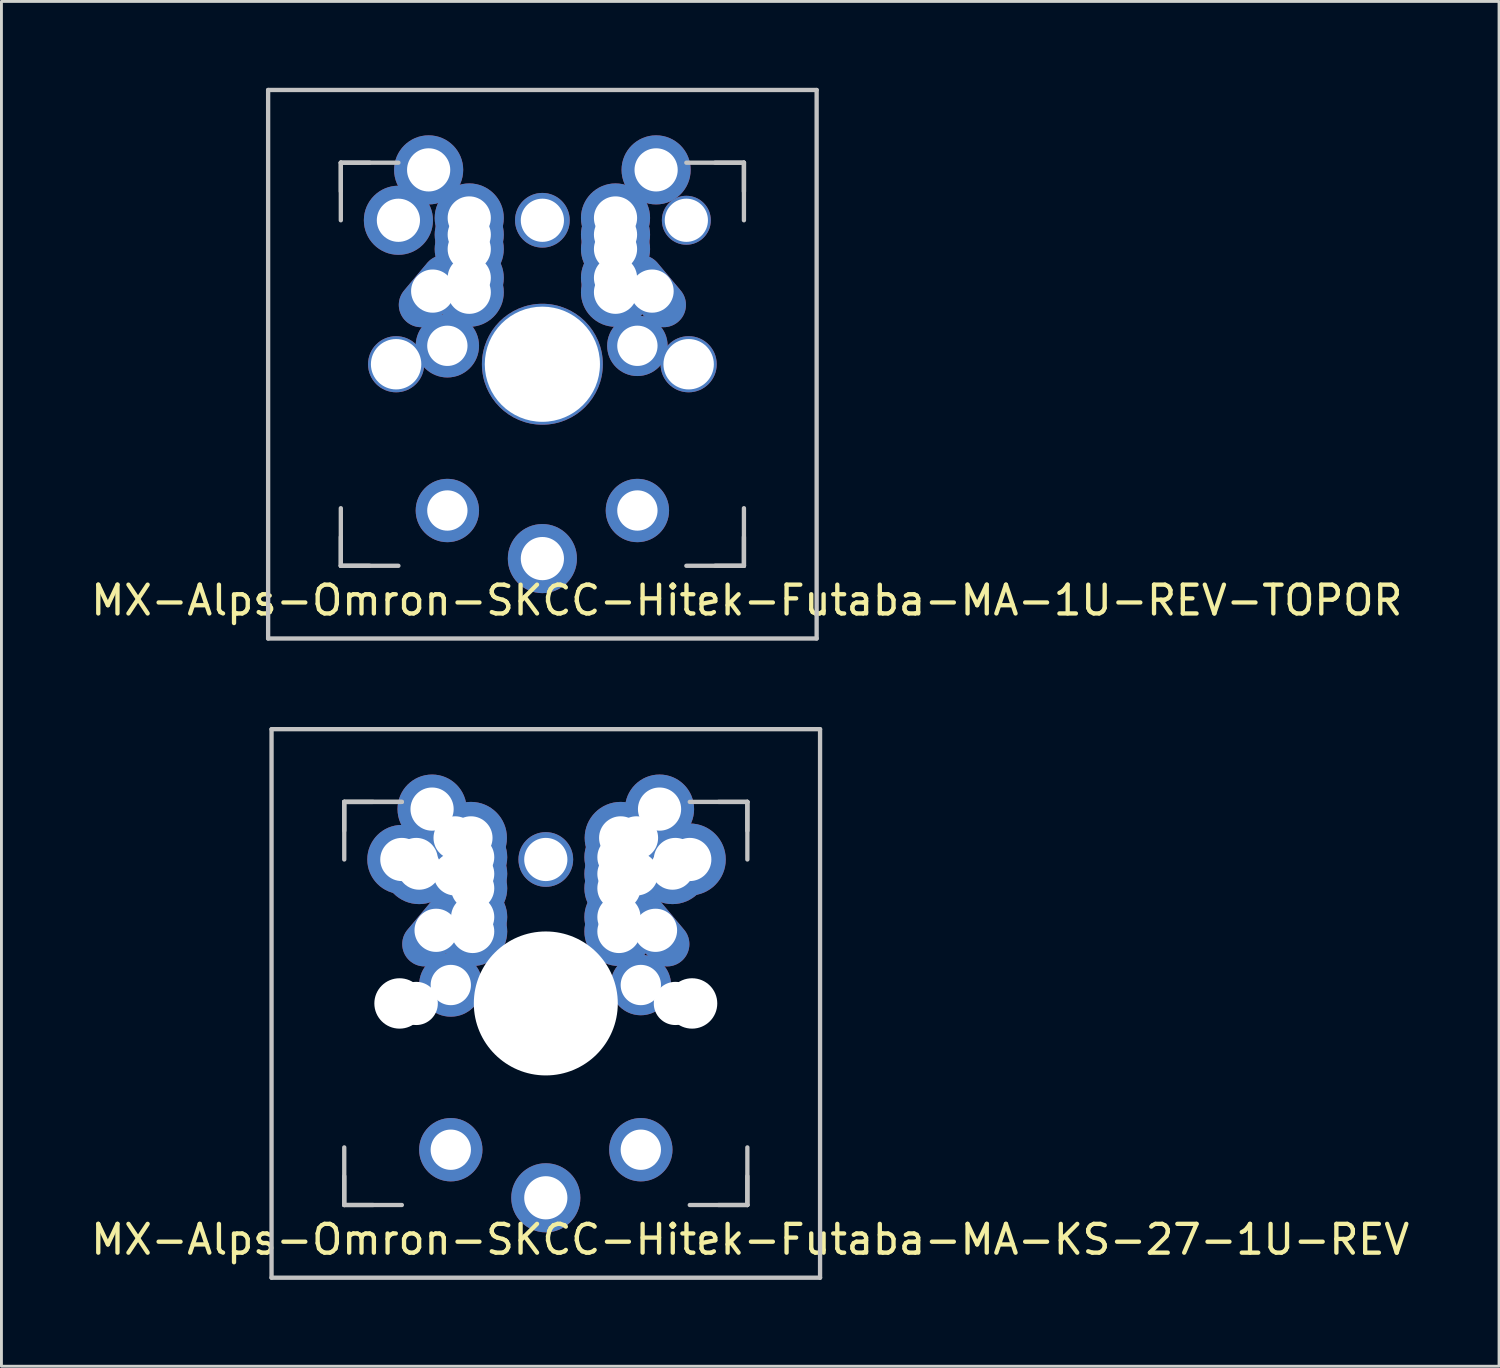
<source format=kicad_pcb>
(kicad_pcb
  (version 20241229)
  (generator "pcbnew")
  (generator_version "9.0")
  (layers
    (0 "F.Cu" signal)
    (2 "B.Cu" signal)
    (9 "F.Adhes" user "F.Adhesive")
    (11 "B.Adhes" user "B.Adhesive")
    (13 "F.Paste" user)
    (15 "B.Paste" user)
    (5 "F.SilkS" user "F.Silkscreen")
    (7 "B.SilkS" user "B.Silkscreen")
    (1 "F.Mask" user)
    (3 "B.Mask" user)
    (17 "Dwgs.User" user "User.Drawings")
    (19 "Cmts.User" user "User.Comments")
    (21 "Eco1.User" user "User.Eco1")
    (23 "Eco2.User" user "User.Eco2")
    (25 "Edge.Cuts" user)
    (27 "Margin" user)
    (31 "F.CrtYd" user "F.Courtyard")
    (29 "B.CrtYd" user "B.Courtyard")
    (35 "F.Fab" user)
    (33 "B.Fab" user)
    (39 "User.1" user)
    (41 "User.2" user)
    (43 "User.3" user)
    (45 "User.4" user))
  (footprint "MX-Alps-Omron-SKCC-Hitek-Futaba-MA-KS-27-1U-REV"
    (layer "F.Cu")
    (at 15.906 31.8)
    (property "Reference" "MX-Alps-Omron-SKCC-Hitek-Futaba-MA-KS-27-1U-REV" (at 7.1 8.2 0) (layer "F.SilkS") (effects (font (size 1 1) (thickness 0.15))))
    (attr through_hole)
    (fp_line (start -9.525 -9.525) (end 9.525 -9.525) (stroke (width 0.15) (type solid)) (layer "Dwgs.User"))
    (fp_line (start -9.525 9.525) (end -9.525 -9.525) (stroke (width 0.15) (type solid)) (layer "Dwgs.User"))
    (fp_line (start -7 -7) (end -7 -5) (stroke (width 0.15) (type solid)) (layer "Dwgs.User"))
    (fp_line (start -7 -7) (end -6 -7) (stroke (width 0.15) (type solid)) (layer "Dwgs.User"))
    (fp_line (start -7 -6) (end -7 -7) (stroke (width 0.15) (type solid)) (layer "Dwgs.User"))
    (fp_line (start -7 6) (end -7 7) (stroke (width 0.15) (type solid)) (layer "Dwgs.User"))
    (fp_line (start -7 7) (end -7 5) (stroke (width 0.15) (type solid)) (layer "Dwgs.User"))
    (fp_line (start -7 7) (end -6 7) (stroke (width 0.15) (type solid)) (layer "Dwgs.User"))
    (fp_line (start -5 -7) (end -7 -7) (stroke (width 0.15) (type solid)) (layer "Dwgs.User"))
    (fp_line (start -5 -7) (end -7 -7) (stroke (width 0.15) (type solid)) (layer "Dwgs.User"))
    (fp_line (start -5 7) (end -7 7) (stroke (width 0.15) (type solid)) (layer "Dwgs.User"))
    (fp_line (start 5 7) (end 7 7) (stroke (width 0.15) (type solid)) (layer "Dwgs.User"))
    (fp_line (start 6 7) (end 7 7) (stroke (width 0.15) (type solid)) (layer "Dwgs.User"))
    (fp_line (start 7 -7) (end 5 -7) (stroke (width 0.15) (type solid)) (layer "Dwgs.User"))
    (fp_line (start 7 -7) (end 6 -7) (stroke (width 0.15) (type solid)) (layer "Dwgs.User"))
    (fp_line (start 7 -7) (end 7 -6) (stroke (width 0.15) (type solid)) (layer "Dwgs.User"))
    (fp_line (start 7 -5) (end 7 -7) (stroke (width 0.15) (type solid)) (layer "Dwgs.User"))
    (fp_line (start 7 7) (end 7 5) (stroke (width 0.15) (type solid)) (layer "Dwgs.User"))
    (fp_line (start 7 7) (end 7 6) (stroke (width 0.15) (type solid)) (layer "Dwgs.User"))
    (fp_line (start 9.525 -9.525) (end 9.525 9.525) (stroke (width 0.15) (type solid)) (layer "Dwgs.User"))
    (fp_line (start 9.525 9.525) (end -9.525 9.525) (stroke (width 0.15) (type solid)) (layer "Dwgs.User"))
    (pad "" np_thru_hole circle (at -5.08 0 48.1) (size 1.75 1.75) (drill 1.75) (layers "*.Cu" "*.Mask"))
    (pad "" np_thru_hole circle (at -4.5 0) (size 1.5 1.5) (drill 1.5) (layers "*.Cu" "*.Mask"))
    (pad "" np_thru_hole circle (at 0 0 180) (size 5 5) (drill 5) (layers "*.Cu" "*.Mask"))
    (pad "" thru_hole circle (at 0 6.75) (size 2.4 2.4) (drill 1.5) (layers "*.Cu" "*.Mask"))
    (pad "" np_thru_hole circle (at 4.5 0) (size 1.5 1.5) (drill 1.5) (layers "*.Cu" "*.Mask"))
    (pad "" np_thru_hole circle (at 5.08 0 180) (size 1.75 1.75) (drill 1.75) (layers "*.Cu" "*.Mask"))
    (pad "1" thru_hole circle (at -5 -5 180) (size 2.4 2.4) (drill 1.5) (layers "*.Cu" "*.Mask"))
    (pad "1" thru_hole circle (at -4.5 -5 180) (size 2.5 2.5) (drill 1.5) (layers "*.Cu" "*.Mask"))
    (pad "1" thru_hole circle (at -4.4 -4.7 180) (size 2.5 2.5) (drill 1.5) (layers "*.Cu" "*.Mask"))
    (pad "1" thru_hole circle (at -3.95 -6.75) (size 2.4 2.4) (drill 1.5) (layers "*.Cu" "*.Mask"))
    (pad "1" thru_hole oval (at -3.81 -2.54 50) (size 2.8 1.55) (drill 1.5) (layers "*.Cu" "*.Mask"))
    (pad "1" thru_hole circle (at -3.3 -0.64) (size 2.2 2.2) (drill 1.4) (layers "*.Cu" "*.Mask"))
    (pad "1" thru_hole circle (at -3.3 5.08) (size 2.2 2.2) (drill 1.4) (layers "*.Cu" "*.Mask"))
    (pad "1" thru_hole circle (at -3.15 -5.75) (size 2.5 2.5) (drill 1.5) (layers "*.Cu" "*.Mask"))
    (pad "1" thru_hole circle (at -3.15 -4.5) (size 2.5 2.5) (drill 1.5) (layers "*.Cu" "*.Mask"))
    (pad "1" thru_hole circle (at -2.6 -5.75 180) (size 2.5 2.5) (drill 1.5) (layers "*.Cu" "*.Mask"))
    (pad "1" thru_hole circle (at -2.54 -5.08) (size 2.4 2.4) (drill 1.5) (layers "*.Cu" "*.Mask"))
    (pad "1" thru_hole circle (at -2.54 -4.5) (size 2.4 2.4) (drill 1.5) (layers "*.Cu" "*.Mask"))
    (pad "1" thru_hole circle (at -2.54 -4) (size 2.4 2.4) (drill 1.5) (layers "*.Cu" "*.Mask"))
    (pad "1" thru_hole circle (at -2.54 -3) (size 2.4 2.4) (drill 1.5) (layers "*.Cu" "*.Mask"))
    (pad "1" thru_hole circle (at -2.54 -2.5) (size 2.4 2.4) (drill 1.5) (layers "*.Cu" "*.Mask"))
    (pad "2" thru_hole circle (at 0 -5 180) (size 1.9 1.9) (drill 1.5) (layers "*.Cu" "*.Mask"))
    (pad "2" thru_hole circle (at 2.54 -5.08) (size 2.4 2.4) (drill 1.5) (layers "*.Cu" "*.Mask"))
    (pad "2" thru_hole circle (at 2.54 -4.5) (size 2.4 2.4) (drill 1.5) (layers "*.Cu" "*.Mask"))
    (pad "2" thru_hole circle (at 2.54 -4) (size 2.4 2.4) (drill 1.5) (layers "*.Cu" "*.Mask"))
    (pad "2" thru_hole circle (at 2.54 -3) (size 2.4 2.4) (drill 1.5) (layers "*.Cu" "*.Mask"))
    (pad "2" thru_hole circle (at 2.54 -2.5) (size 2.4 2.4) (drill 1.5) (layers "*.Cu" "*.Mask"))
    (pad "2" thru_hole circle (at 2.6 -5.75 180) (size 2.5 2.5) (drill 1.5) (layers "*.Cu" "*.Mask"))
    (pad "2" thru_hole circle (at 3.15 -5.75) (size 2.5 2.5) (drill 1.5) (layers "*.Cu" "*.Mask"))
    (pad "2" thru_hole circle (at 3.15 -4.5) (size 2.5 2.5) (drill 1.5) (layers "*.Cu" "*.Mask"))
    (pad "2" thru_hole circle (at 3.3 -0.64) (size 2.1 2.1) (drill 1.4) (layers "*.Cu" "*.Mask"))
    (pad "2" thru_hole circle (at 3.3 5.08) (size 2.2 2.2) (drill 1.4) (layers "*.Cu" "*.Mask"))
    (pad "2" thru_hole oval (at 3.81 -2.54 310) (size 2.8 1.55) (drill 1.5) (layers "*.Cu" "*.Mask"))
    (pad "2" thru_hole circle (at 3.95 -6.75) (size 2.4 2.4) (drill 1.5) (layers "*.Cu" "*.Mask"))
    (pad "2" thru_hole circle (at 4.4 -4.7 180) (size 2.5 2.5) (drill 1.5) (layers "*.Cu" "*.Mask"))
    (pad "2" thru_hole circle (at 4.5 -5 180) (size 2.5 2.5) (drill 1.5) (layers "*.Cu" "*.Mask"))
    (pad "2" thru_hole circle (at 5 -5 180) (size 2.5 2.5) (drill 1.5) (layers "*.Cu" "*.Mask")))
  (footprint "MX-Alps-Omron-SKCC-Hitek-Futaba-MA-1U-REV-TOPOR"
    (layer "F.Cu")
    (at 15.787 9.6)
    (property "Reference" "MX-Alps-Omron-SKCC-Hitek-Futaba-MA-1U-REV-TOPOR" (at 7.1 8.2 0) (layer "F.SilkS") (effects (font (size 1 1) (thickness 0.15))))
    (attr through_hole)
    (fp_line (start -9.525 -9.525) (end 9.525 -9.525) (stroke (width 0.15) (type solid)) (layer "Dwgs.User"))
    (fp_line (start -9.525 9.525) (end -9.525 -9.525) (stroke (width 0.15) (type solid)) (layer "Dwgs.User"))
    (fp_line (start -7 -7) (end -7 -5) (stroke (width 0.15) (type solid)) (layer "Dwgs.User"))
    (fp_line (start -7 -7) (end -6 -7) (stroke (width 0.15) (type solid)) (layer "Dwgs.User"))
    (fp_line (start -7 -6) (end -7 -7) (stroke (width 0.15) (type solid)) (layer "Dwgs.User"))
    (fp_line (start -7 6) (end -7 7) (stroke (width 0.15) (type solid)) (layer "Dwgs.User"))
    (fp_line (start -7 7) (end -7 5) (stroke (width 0.15) (type solid)) (layer "Dwgs.User"))
    (fp_line (start -7 7) (end -6 7) (stroke (width 0.15) (type solid)) (layer "Dwgs.User"))
    (fp_line (start -5 -7) (end -7 -7) (stroke (width 0.15) (type solid)) (layer "Dwgs.User"))
    (fp_line (start -5 7) (end -7 7) (stroke (width 0.15) (type solid)) (layer "Dwgs.User"))
    (fp_line (start 5 7) (end 7 7) (stroke (width 0.15) (type solid)) (layer "Dwgs.User"))
    (fp_line (start 6 7) (end 7 7) (stroke (width 0.15) (type solid)) (layer "Dwgs.User"))
    (fp_line (start 7 -7) (end 5 -7) (stroke (width 0.15) (type solid)) (layer "Dwgs.User"))
    (fp_line (start 7 -7) (end 6 -7) (stroke (width 0.15) (type solid)) (layer "Dwgs.User"))
    (fp_line (start 7 -7) (end 7 -6) (stroke (width 0.15) (type solid)) (layer "Dwgs.User"))
    (fp_line (start 7 -5) (end 7 -7) (stroke (width 0.15) (type solid)) (layer "Dwgs.User"))
    (fp_line (start 7 7) (end 7 5) (stroke (width 0.15) (type solid)) (layer "Dwgs.User"))
    (fp_line (start 7 7) (end 7 6) (stroke (width 0.15) (type solid)) (layer "Dwgs.User"))
    (fp_line (start 9.525 -9.525) (end 9.525 9.525) (stroke (width 0.15) (type solid)) (layer "Dwgs.User"))
    (fp_line (start 9.525 9.525) (end -9.525 9.525) (stroke (width 0.15) (type solid)) (layer "Dwgs.User"))
    (pad "" np_thru_hole circle (at -5.08 0 48.099) (size 1.95 1.95) (drill 1.75) (layers "*.Cu" "*.Mask"))
    (pad "" np_thru_hole circle (at 0 0) (size 4.2 4.2) (drill 4) (layers "*.Cu" "*.Mask"))
    (pad "" thru_hole circle (at 0 6.75) (size 2.4 2.4) (drill 1.5) (layers "*.Cu" "*.Mask"))
    (pad "" np_thru_hole circle (at 5 -5 180) (size 1.7 1.7) (drill 1.5) (layers "*.Cu" "*.Mask"))
    (pad "" np_thru_hole circle (at 5.08 0 180) (size 1.95 1.95) (drill 1.75) (layers "*.Cu" "*.Mask"))
    (pad "1" thru_hole circle (at -5 -5 180) (size 2.4 2.4) (drill 1.5) (layers "*.Cu" "*.Mask"))
    (pad "1" thru_hole circle (at -3.95 -6.75) (size 2.4 2.4) (drill 1.5) (layers "*.Cu" "*.Mask"))
    (pad "1" thru_hole oval (at -3.81 -2.54 50) (size 2.8 1.55) (drill 1.5) (layers "*.Cu" "*.Mask"))
    (pad "1" thru_hole circle (at -3.3 -0.64) (size 2.2 2.2) (drill 1.4) (layers "*.Cu" "*.Mask"))
    (pad "1" thru_hole circle (at -3.3 5.08) (size 2.2 2.2) (drill 1.4) (layers "*.Cu" "*.Mask"))
    (pad "1" thru_hole circle (at -2.54 -5.08) (size 2.4 2.4) (drill 1.5) (layers "*.Cu" "*.Mask"))
    (pad "1" thru_hole circle (at -2.54 -4.5) (size 2.4 2.4) (drill 1.5) (layers "*.Cu" "*.Mask"))
    (pad "1" thru_hole circle (at -2.54 -4) (size 2.4 2.4) (drill 1.5) (layers "*.Cu" "*.Mask"))
    (pad "1" thru_hole circle (at -2.54 -3) (size 2.4 2.4) (drill 1.5) (layers "*.Cu" "*.Mask"))
    (pad "1" thru_hole circle (at -2.54 -2.5) (size 2.4 2.4) (drill 1.5) (layers "*.Cu" "*.Mask"))
    (pad "2" thru_hole circle (at 0 -5 180) (size 1.9 1.9) (drill 1.5) (layers "*.Cu" "*.Mask"))
    (pad "2" thru_hole circle (at 2.54 -5.08) (size 2.4 2.4) (drill 1.5) (layers "*.Cu" "*.Mask"))
    (pad "2" thru_hole circle (at 2.54 -4.5) (size 2.4 2.4) (drill 1.5) (layers "*.Cu" "*.Mask"))
    (pad "2" thru_hole circle (at 2.54 -4) (size 2.4 2.4) (drill 1.5) (layers "*.Cu" "*.Mask"))
    (pad "2" thru_hole circle (at 2.54 -3) (size 2.4 2.4) (drill 1.5) (layers "*.Cu" "*.Mask"))
    (pad "2" thru_hole circle (at 2.54 -2.5) (size 2.4 2.4) (drill 1.5) (layers "*.Cu" "*.Mask"))
    (pad "2" thru_hole circle (at 3.3 -0.64) (size 2.1 2.1) (drill 1.4) (layers "*.Cu" "*.Mask"))
    (pad "2" thru_hole circle (at 3.3 5.08) (size 2.2 2.2) (drill 1.4) (layers "*.Cu" "*.Mask"))
    (pad "2" thru_hole oval (at 3.81 -2.54 310) (size 2.8 1.55) (drill 1.5) (layers "*.Cu" "*.Mask"))
    (pad "2" thru_hole circle (at 3.95 -6.75) (size 2.4 2.4) (drill 1.5) (layers "*.Cu" "*.Mask")))
  (gr_rect
    (start -3 -3)
    (end 49.012 44.4)
    (stroke (width 0.1) (type default))
    (fill no)
    (layer "Edge.Cuts")))
</source>
